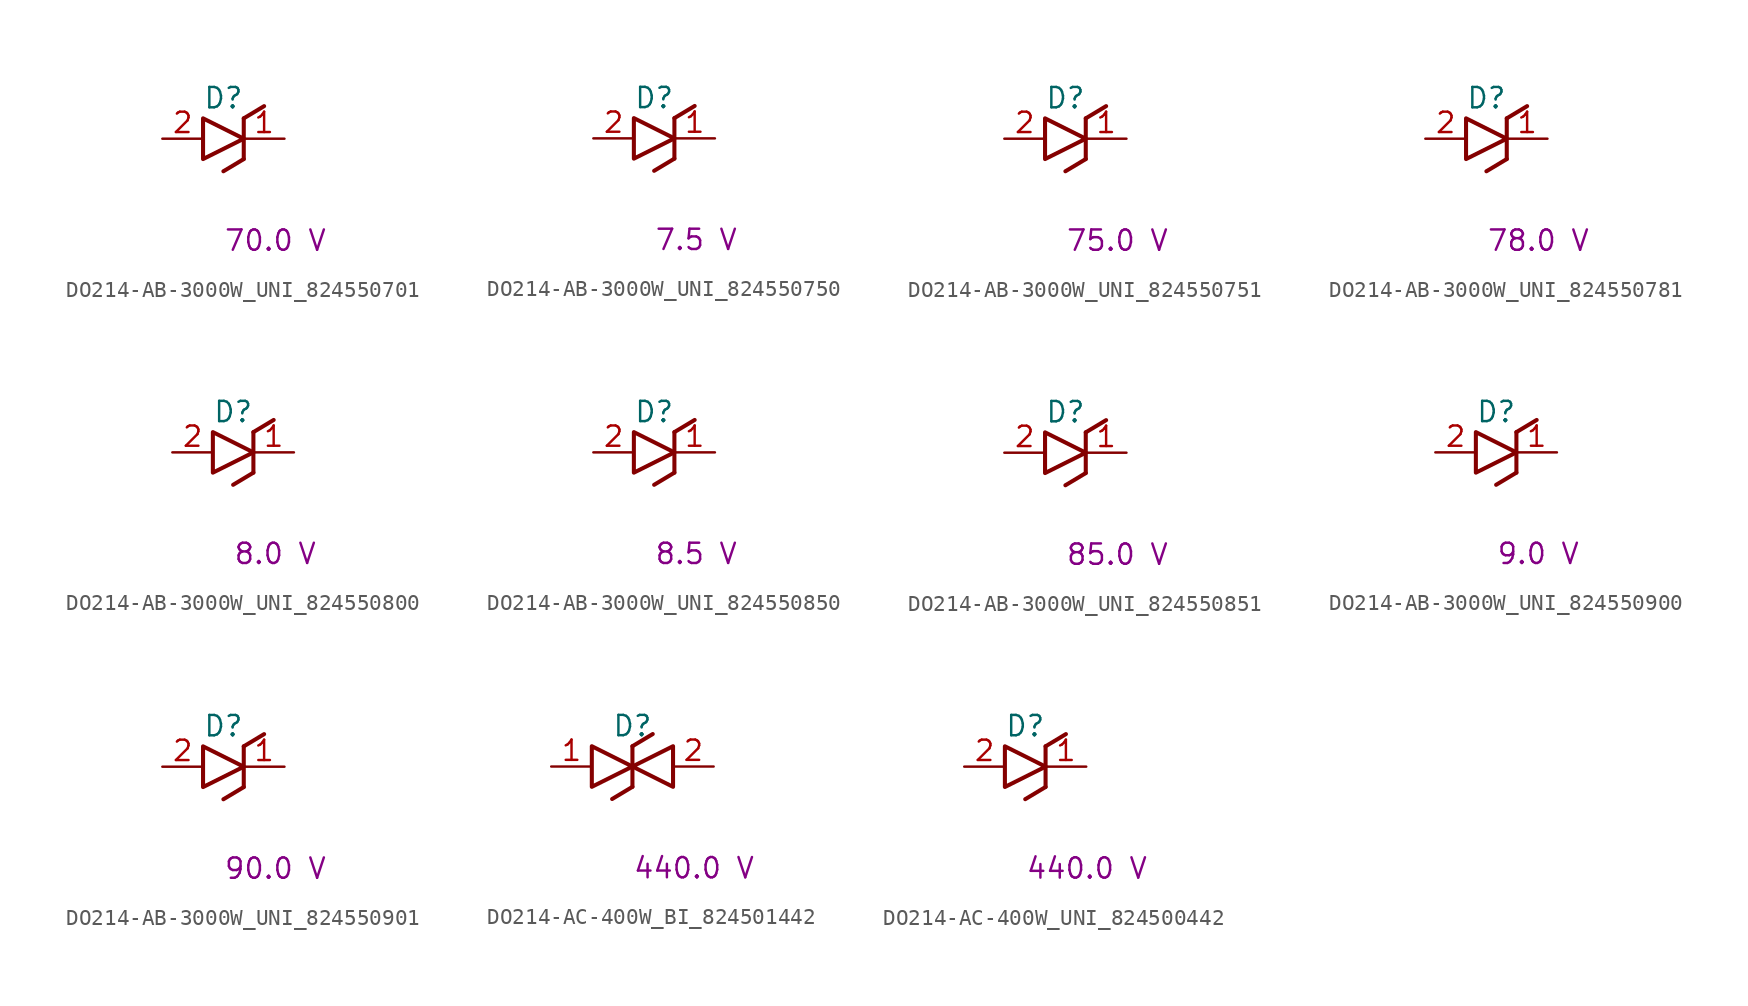
<source format=kicad_sym>
(kicad_symbol_lib
  (version 20220914)
  (generator kicad_symbol_editor)
  (symbol "DO214-AB-3000W_UNI_824550701"
    (pin_names hide)
    (property "Reference" "D"
      (at 0 2.54 0)
      (effects (font (size 1.27 1.27))))
    (property "Critical Parameter" "70.0 V"
      (at 0 -6.35 0)
      (effects (font (size 1.27 1.27)) (justify left)))
    (symbol "DO214-AB-3000W_UNI_824550701_1_1"
      (polyline (pts (xy 1.27 -1.27) (xy 0 -2.032)) (stroke (width 0.254) (type default)) (fill (type none)))
      (polyline (pts (xy 1.27 1.27) (xy 1.27 -1.27)) (stroke (width 0.254) (type default)) (fill (type none)))
      (polyline (pts (xy 1.27 1.27) (xy 2.54 2.032)) (stroke (width 0.254) (type default)) (fill (type none)))
      (polyline (pts (xy -1.27 1.27) (xy -1.27 -1.27) (xy 1.27 0) (xy -1.27 1.27)) (stroke (width 0.254) (type default)) (fill (type none)))
      (pin passive line (at -3.81 0 0) (length 2.54) (name "Anode" (effects (font (size 1.27 1.27)))) (number "2" (effects (font (size 1.27 1.27)))))
      (pin passive line (at 3.81 0 180) (length 2.54) (name "Cathode" (effects (font (size 1.27 1.27)))) (number "1" (effects (font (size 1.27 1.27)))))))
  (symbol "DO214-AB-3000W_UNI_824550750"
    (pin_names hide)
    (property "Reference" "D"
      (at 0 2.54 0)
      (effects (font (size 1.27 1.27))))
    (property "Critical Parameter" "7.5 V"
      (at 0 -6.35 0)
      (effects (font (size 1.27 1.27)) (justify left)))
    (symbol "DO214-AB-3000W_UNI_824550750_1_1"
      (polyline (pts (xy 1.27 -1.27) (xy 0 -2.032)) (stroke (width 0.254) (type default)) (fill (type none)))
      (polyline (pts (xy 1.27 1.27) (xy 1.27 -1.27)) (stroke (width 0.254) (type default)) (fill (type none)))
      (polyline (pts (xy 1.27 1.27) (xy 2.54 2.032)) (stroke (width 0.254) (type default)) (fill (type none)))
      (polyline (pts (xy -1.27 1.27) (xy -1.27 -1.27) (xy 1.27 0) (xy -1.27 1.27)) (stroke (width 0.254) (type default)) (fill (type none)))
      (pin passive line (at -3.81 0 0) (length 2.54) (name "Anode" (effects (font (size 1.27 1.27)))) (number "2" (effects (font (size 1.27 1.27)))))
      (pin passive line (at 3.81 0 180) (length 2.54) (name "Cathode" (effects (font (size 1.27 1.27)))) (number "1" (effects (font (size 1.27 1.27)))))))
  (symbol "DO214-AB-3000W_UNI_824550751"
    (pin_names hide)
    (property "Reference" "D"
      (at 0 2.54 0)
      (effects (font (size 1.27 1.27))))
    (property "Critical Parameter" "75.0 V"
      (at 0 -6.35 0)
      (effects (font (size 1.27 1.27)) (justify left)))
    (symbol "DO214-AB-3000W_UNI_824550751_1_1"
      (polyline (pts (xy 1.27 -1.27) (xy 0 -2.032)) (stroke (width 0.254) (type default)) (fill (type none)))
      (polyline (pts (xy 1.27 1.27) (xy 1.27 -1.27)) (stroke (width 0.254) (type default)) (fill (type none)))
      (polyline (pts (xy 1.27 1.27) (xy 2.54 2.032)) (stroke (width 0.254) (type default)) (fill (type none)))
      (polyline (pts (xy -1.27 1.27) (xy -1.27 -1.27) (xy 1.27 0) (xy -1.27 1.27)) (stroke (width 0.254) (type default)) (fill (type none)))
      (pin passive line (at -3.81 0 0) (length 2.54) (name "Anode" (effects (font (size 1.27 1.27)))) (number "2" (effects (font (size 1.27 1.27)))))
      (pin passive line (at 3.81 0 180) (length 2.54) (name "Cathode" (effects (font (size 1.27 1.27)))) (number "1" (effects (font (size 1.27 1.27)))))))
  (symbol "DO214-AB-3000W_UNI_824550781"
    (pin_names hide)
    (property "Reference" "D"
      (at 0 2.54 0)
      (effects (font (size 1.27 1.27))))
    (property "Critical Parameter" "78.0 V"
      (at 0 -6.35 0)
      (effects (font (size 1.27 1.27)) (justify left)))
    (symbol "DO214-AB-3000W_UNI_824550781_1_1"
      (polyline (pts (xy 1.27 -1.27) (xy 0 -2.032)) (stroke (width 0.254) (type default)) (fill (type none)))
      (polyline (pts (xy 1.27 1.27) (xy 1.27 -1.27)) (stroke (width 0.254) (type default)) (fill (type none)))
      (polyline (pts (xy 1.27 1.27) (xy 2.54 2.032)) (stroke (width 0.254) (type default)) (fill (type none)))
      (polyline (pts (xy -1.27 1.27) (xy -1.27 -1.27) (xy 1.27 0) (xy -1.27 1.27)) (stroke (width 0.254) (type default)) (fill (type none)))
      (pin passive line (at -3.81 0 0) (length 2.54) (name "Anode" (effects (font (size 1.27 1.27)))) (number "2" (effects (font (size 1.27 1.27)))))
      (pin passive line (at 3.81 0 180) (length 2.54) (name "Cathode" (effects (font (size 1.27 1.27)))) (number "1" (effects (font (size 1.27 1.27)))))))
  (symbol "DO214-AB-3000W_UNI_824550800"
    (pin_names hide)
    (property "Reference" "D"
      (at 0 2.54 0)
      (effects (font (size 1.27 1.27))))
    (property "Critical Parameter" "8.0 V"
      (at 0 -6.35 0)
      (effects (font (size 1.27 1.27)) (justify left)))
    (symbol "DO214-AB-3000W_UNI_824550800_1_1"
      (polyline (pts (xy 1.27 -1.27) (xy 0 -2.032)) (stroke (width 0.254) (type default)) (fill (type none)))
      (polyline (pts (xy 1.27 1.27) (xy 1.27 -1.27)) (stroke (width 0.254) (type default)) (fill (type none)))
      (polyline (pts (xy 1.27 1.27) (xy 2.54 2.032)) (stroke (width 0.254) (type default)) (fill (type none)))
      (polyline (pts (xy -1.27 1.27) (xy -1.27 -1.27) (xy 1.27 0) (xy -1.27 1.27)) (stroke (width 0.254) (type default)) (fill (type none)))
      (pin passive line (at -3.81 0 0) (length 2.54) (name "Anode" (effects (font (size 1.27 1.27)))) (number "2" (effects (font (size 1.27 1.27)))))
      (pin passive line (at 3.81 0 180) (length 2.54) (name "Cathode" (effects (font (size 1.27 1.27)))) (number "1" (effects (font (size 1.27 1.27)))))))
  (symbol "DO214-AB-3000W_UNI_824550850"
    (pin_names hide)
    (property "Reference" "D"
      (at 0 2.54 0)
      (effects (font (size 1.27 1.27))))
    (property "Critical Parameter" "8.5 V"
      (at 0 -6.35 0)
      (effects (font (size 1.27 1.27)) (justify left)))
    (symbol "DO214-AB-3000W_UNI_824550850_1_1"
      (polyline (pts (xy 1.27 -1.27) (xy 0 -2.032)) (stroke (width 0.254) (type default)) (fill (type none)))
      (polyline (pts (xy 1.27 1.27) (xy 1.27 -1.27)) (stroke (width 0.254) (type default)) (fill (type none)))
      (polyline (pts (xy 1.27 1.27) (xy 2.54 2.032)) (stroke (width 0.254) (type default)) (fill (type none)))
      (polyline (pts (xy -1.27 1.27) (xy -1.27 -1.27) (xy 1.27 0) (xy -1.27 1.27)) (stroke (width 0.254) (type default)) (fill (type none)))
      (pin passive line (at -3.81 0 0) (length 2.54) (name "Anode" (effects (font (size 1.27 1.27)))) (number "2" (effects (font (size 1.27 1.27)))))
      (pin passive line (at 3.81 0 180) (length 2.54) (name "Cathode" (effects (font (size 1.27 1.27)))) (number "1" (effects (font (size 1.27 1.27)))))))
  (symbol "DO214-AB-3000W_UNI_824550851"
    (pin_names hide)
    (property "Reference" "D"
      (at 0 2.54 0)
      (effects (font (size 1.27 1.27))))
    (property "Critical Parameter" "85.0 V"
      (at 0 -6.35 0)
      (effects (font (size 1.27 1.27)) (justify left)))
    (symbol "DO214-AB-3000W_UNI_824550851_1_1"
      (polyline (pts (xy 1.27 -1.27) (xy 0 -2.032)) (stroke (width 0.254) (type default)) (fill (type none)))
      (polyline (pts (xy 1.27 1.27) (xy 1.27 -1.27)) (stroke (width 0.254) (type default)) (fill (type none)))
      (polyline (pts (xy 1.27 1.27) (xy 2.54 2.032)) (stroke (width 0.254) (type default)) (fill (type none)))
      (polyline (pts (xy -1.27 1.27) (xy -1.27 -1.27) (xy 1.27 0) (xy -1.27 1.27)) (stroke (width 0.254) (type default)) (fill (type none)))
      (pin passive line (at -3.81 0 0) (length 2.54) (name "Anode" (effects (font (size 1.27 1.27)))) (number "2" (effects (font (size 1.27 1.27)))))
      (pin passive line (at 3.81 0 180) (length 2.54) (name "Cathode" (effects (font (size 1.27 1.27)))) (number "1" (effects (font (size 1.27 1.27)))))))
  (symbol "DO214-AB-3000W_UNI_824550900"
    (pin_names hide)
    (property "Reference" "D"
      (at 0 2.54 0)
      (effects (font (size 1.27 1.27))))
    (property "Critical Parameter" "9.0 V"
      (at 0 -6.35 0)
      (effects (font (size 1.27 1.27)) (justify left)))
    (symbol "DO214-AB-3000W_UNI_824550900_1_1"
      (polyline (pts (xy 1.27 -1.27) (xy 0 -2.032)) (stroke (width 0.254) (type default)) (fill (type none)))
      (polyline (pts (xy 1.27 1.27) (xy 1.27 -1.27)) (stroke (width 0.254) (type default)) (fill (type none)))
      (polyline (pts (xy 1.27 1.27) (xy 2.54 2.032)) (stroke (width 0.254) (type default)) (fill (type none)))
      (polyline (pts (xy -1.27 1.27) (xy -1.27 -1.27) (xy 1.27 0) (xy -1.27 1.27)) (stroke (width 0.254) (type default)) (fill (type none)))
      (pin passive line (at -3.81 0 0) (length 2.54) (name "Anode" (effects (font (size 1.27 1.27)))) (number "2" (effects (font (size 1.27 1.27)))))
      (pin passive line (at 3.81 0 180) (length 2.54) (name "Cathode" (effects (font (size 1.27 1.27)))) (number "1" (effects (font (size 1.27 1.27)))))))
  (symbol "DO214-AB-3000W_UNI_824550901"
    (pin_names hide)
    (property "Reference" "D"
      (at 0 2.54 0)
      (effects (font (size 1.27 1.27))))
    (property "Critical Parameter" "90.0 V"
      (at 0 -6.35 0)
      (effects (font (size 1.27 1.27)) (justify left)))
    (symbol "DO214-AB-3000W_UNI_824550901_1_1"
      (polyline (pts (xy 1.27 -1.27) (xy 0 -2.032)) (stroke (width 0.254) (type default)) (fill (type none)))
      (polyline (pts (xy 1.27 1.27) (xy 1.27 -1.27)) (stroke (width 0.254) (type default)) (fill (type none)))
      (polyline (pts (xy 1.27 1.27) (xy 2.54 2.032)) (stroke (width 0.254) (type default)) (fill (type none)))
      (polyline (pts (xy -1.27 1.27) (xy -1.27 -1.27) (xy 1.27 0) (xy -1.27 1.27)) (stroke (width 0.254) (type default)) (fill (type none)))
      (pin passive line (at -3.81 0 0) (length 2.54) (name "Anode" (effects (font (size 1.27 1.27)))) (number "2" (effects (font (size 1.27 1.27)))))
      (pin passive line (at 3.81 0 180) (length 2.54) (name "Cathode" (effects (font (size 1.27 1.27)))) (number "1" (effects (font (size 1.27 1.27)))))))
  (symbol "DO214-AC-400W_BI_824501442"
    (pin_names hide)
    (property "Reference" "D"
      (at 0 2.54 0)
      (effects (font (size 1.27 1.27))))
    (property "Critical Parameter" "440.0 V"
      (at 0 -6.35 0)
      (effects (font (size 1.27 1.27)) (justify left)))
    (symbol "DO214-AC-400W_BI_824501442_0_1"
      (polyline (pts (xy -2.54 1.27) (xy -2.54 -1.27) (xy 2.54 1.27) (xy 2.54 -1.27) (xy -2.54 1.27)) (stroke (width 0.254) (type default)) (fill (type none))))
    (symbol "DO214-AC-400W_BI_824501442_1_1"
      (polyline (pts (xy 0 -1.27) (xy -1.27 -2.032)) (stroke (width 0.254) (type default)) (fill (type none)))
      (polyline (pts (xy 0 1.27) (xy 0 -1.27)) (stroke (width 0.254) (type default)) (fill (type none)))
      (polyline (pts (xy 0 1.27) (xy 1.27 2.032)) (stroke (width 0.254) (type default)) (fill (type none)))
      (pin passive line (at -5.08 0 0) (length 2.54) (name "1" (effects (font (size 1.27 1.27)))) (number "1" (effects (font (size 1.27 1.27)))))
      (pin passive line (at 5.08 0 180) (length 2.54) (name "2" (effects (font (size 1.27 1.27)))) (number "2" (effects (font (size 1.27 1.27)))))))
  (symbol "DO214-AC-400W_UNI_824500442"
    (pin_names hide)
    (property "Reference" "D"
      (at 0 2.54 0)
      (effects (font (size 1.27 1.27))))
    (property "Critical Parameter" "440.0 V"
      (at 0 -6.35 0)
      (effects (font (size 1.27 1.27)) (justify left)))
    (symbol "DO214-AC-400W_UNI_824500442_1_1"
      (polyline (pts (xy 1.27 -1.27) (xy 0 -2.032)) (stroke (width 0.254) (type default)) (fill (type none)))
      (polyline (pts (xy 1.27 1.27) (xy 1.27 -1.27)) (stroke (width 0.254) (type default)) (fill (type none)))
      (polyline (pts (xy 1.27 1.27) (xy 2.54 2.032)) (stroke (width 0.254) (type default)) (fill (type none)))
      (polyline (pts (xy -1.27 1.27) (xy -1.27 -1.27) (xy 1.27 0) (xy -1.27 1.27)) (stroke (width 0.254) (type default)) (fill (type none)))
      (pin passive line (at -3.81 0 0) (length 2.54) (name "Anode" (effects (font (size 1.27 1.27)))) (number "2" (effects (font (size 1.27 1.27)))))
      (pin passive line (at 3.81 0 180) (length 2.54) (name "Cathode" (effects (font (size 1.27 1.27)))) (number "1" (effects (font (size 1.27 1.27))))))))
</source>
